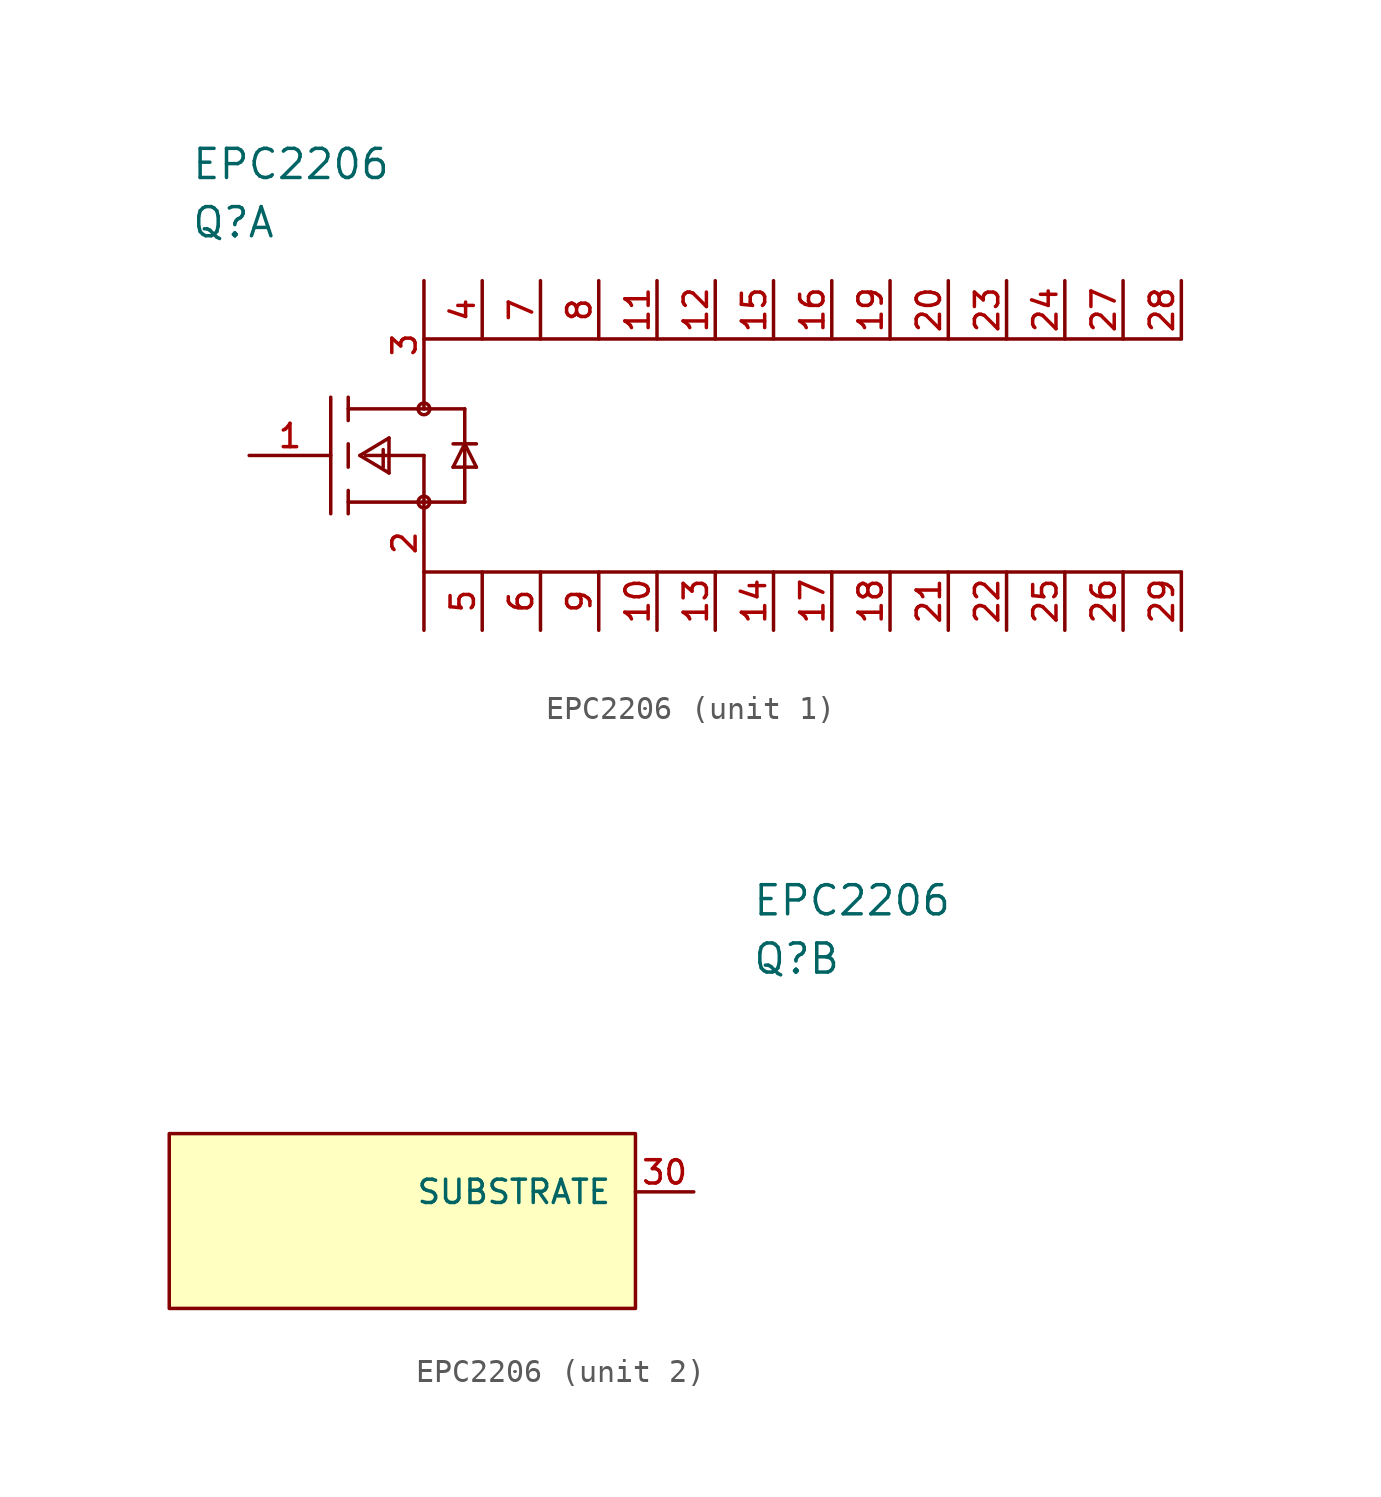
<source format=kicad_sym>
(kicad_symbol_lib
  (version 20211014)
  (generator kicad_symbol_editor)
  (symbol "EPC2206"
    (pin_names
      (offset 1.016))
    (property "Reference" "Q"
      (at 0 10.16 0)
      (effects (font (size 1.27 1.27)) (justify left)))
    (property "Value" "EPC2206"
      (at 0 12.7 0)
      (effects (font (size 1.27 1.27)) (justify left)))
    (property "ki_locked" ""
      (at 0 0 0)
      (effects (font (size 1.27 1.27))))
    (symbol "EPC2206_1_1"
      (polyline (pts (xy 6.096 -2.54) (xy 6.096 2.54)) (stroke (width 0) (type default) (color 0 0 0 0)) (fill (type none)))
      (polyline (pts (xy 6.858 -2.032) (xy 10.16 -2.032)) (stroke (width 0) (type default) (color 0 0 0 0)) (fill (type none)))
      (polyline (pts (xy 6.858 -1.524) (xy 6.858 -2.54)) (stroke (width 0) (type default) (color 0 0 0 0)) (fill (type none)))
      (polyline (pts (xy 6.858 0.508) (xy 6.858 -0.508)) (stroke (width 0) (type default) (color 0 0 0 0)) (fill (type none)))
      (polyline (pts (xy 6.858 1.524) (xy 6.858 2.54)) (stroke (width 0) (type default) (color 0 0 0 0)) (fill (type none)))
      (polyline (pts (xy 6.858 2.032) (xy 10.16 2.032)) (stroke (width 0) (type default) (color 0 0 0 0)) (fill (type none)))
      (polyline (pts (xy 7.366 0) (xy 8.636 -0.762)) (stroke (width 0) (type default) (color 0 0 0 0)) (fill (type none)))
      (polyline (pts (xy 7.366 0) (xy 8.636 0.762)) (stroke (width 0) (type default) (color 0 0 0 0)) (fill (type none)))
      (polyline (pts (xy 7.62 0) (xy 10.16 0)) (stroke (width 0) (type default) (color 0 0 0 0)) (fill (type none)))
      (polyline (pts (xy 8.382 0.254) (xy 8.382 -0.508)) (stroke (width 0) (type default) (color 0 0 0 0)) (fill (type none)))
      (polyline (pts (xy 8.636 0.762) (xy 8.636 -0.762)) (stroke (width 0) (type default) (color 0 0 0 0)) (fill (type none)))
      (polyline (pts (xy 10.16 -5.08) (xy 43.18 -5.08)) (stroke (width 0) (type default) (color 0 0 0 0)) (fill (type none)))
      (polyline (pts (xy 10.16 -2.032) (xy 11.938 -2.032)) (stroke (width 0) (type default) (color 0 0 0 0)) (fill (type none)))
      (polyline (pts (xy 10.16 5.08) (xy 43.18 5.08)) (stroke (width 0) (type default) (color 0 0 0 0)) (fill (type none)))
      (polyline (pts (xy 11.43 -0.508) (xy 12.446 -0.508)) (stroke (width 0) (type default) (color 0 0 0 0)) (fill (type none)))
      (polyline (pts (xy 11.938 -2.032) (xy 11.938 2.032)) (stroke (width 0) (type default) (color 0 0 0 0)) (fill (type none)))
      (polyline (pts (xy 11.938 0.508) (xy 11.43 -0.508)) (stroke (width 0) (type default) (color 0 0 0 0)) (fill (type none)))
      (polyline (pts (xy 11.938 0.508) (xy 11.43 0.508)) (stroke (width 0) (type default) (color 0 0 0 0)) (fill (type none)))
      (polyline (pts (xy 11.938 0.508) (xy 12.446 0.508)) (stroke (width 0) (type default) (color 0 0 0 0)) (fill (type none)))
      (polyline (pts (xy 11.938 2.032) (xy 10.16 2.032)) (stroke (width 0) (type default) (color 0 0 0 0)) (fill (type none)))
      (polyline (pts (xy 12.446 -0.508) (xy 11.938 0.508)) (stroke (width 0) (type default) (color 0 0 0 0)) (fill (type none)))
      (circle (center 10.16 -2.032) (radius 0.254) (stroke (width 0) (type default) (color 0 0 0 0)) (fill (type none)))
      (circle (center 10.16 2.032) (radius 0.254) (stroke (width 0) (type default) (color 0 0 0 0)) (fill (type none)))
      (pin passive line (at 2.54 0 0) (length 3.556) (name "GATE" (effects (font (size 0 0)))) (number "1" (effects (font (size 1.016 1.016)))))
      (pin passive line (at 20.32 -7.62 90) (length 2.54) (name "SOURCE" (effects (font (size 0 0)))) (number "10" (effects (font (size 1.016 1.016)))))
      (pin passive line (at 20.32 7.62 270) (length 2.54) (name "DRAIN" (effects (font (size 0 0)))) (number "11" (effects (font (size 1.016 1.016)))))
      (pin passive line (at 22.86 7.62 270) (length 2.54) (name "DRAIN" (effects (font (size 0 0)))) (number "12" (effects (font (size 1.016 1.016)))))
      (pin passive line (at 22.86 -7.62 90) (length 2.54) (name "SOURCE" (effects (font (size 0 0)))) (number "13" (effects (font (size 1.016 1.016)))))
      (pin passive line (at 25.4 -7.62 90) (length 2.54) (name "SOURCE" (effects (font (size 0 0)))) (number "14" (effects (font (size 1.016 1.016)))))
      (pin passive line (at 25.4 7.62 270) (length 2.54) (name "DRAIN" (effects (font (size 0 0)))) (number "15" (effects (font (size 1.016 1.016)))))
      (pin passive line (at 27.94 7.62 270) (length 2.54) (name "DRAIN" (effects (font (size 0 0)))) (number "16" (effects (font (size 1.016 1.016)))))
      (pin passive line (at 27.94 -7.62 90) (length 2.54) (name "SOURCE" (effects (font (size 0 0)))) (number "17" (effects (font (size 1.016 1.016)))))
      (pin passive line (at 30.48 -7.62 90) (length 2.54) (name "SOURCE" (effects (font (size 0 0)))) (number "18" (effects (font (size 1.016 1.016)))))
      (pin passive line (at 30.48 7.62 270) (length 2.54) (name "DRAIN" (effects (font (size 0 0)))) (number "19" (effects (font (size 1.016 1.016)))))
      (pin passive line (at 10.16 -7.62 90) (length 7.62) (name "SOURCE" (effects (font (size 0 0)))) (number "2" (effects (font (size 1.016 1.016)))))
      (pin passive line (at 33.02 7.62 270) (length 2.54) (name "DRAIN" (effects (font (size 0 0)))) (number "20" (effects (font (size 1.016 1.016)))))
      (pin passive line (at 33.02 -7.62 90) (length 2.54) (name "SOURCE" (effects (font (size 0 0)))) (number "21" (effects (font (size 1.016 1.016)))))
      (pin passive line (at 35.56 -7.62 90) (length 2.54) (name "SOURCE" (effects (font (size 0 0)))) (number "22" (effects (font (size 1.016 1.016)))))
      (pin passive line (at 35.56 7.62 270) (length 2.54) (name "DRAIN" (effects (font (size 0 0)))) (number "23" (effects (font (size 1.016 1.016)))))
      (pin passive line (at 38.1 7.62 270) (length 2.54) (name "DRAIN" (effects (font (size 0 0)))) (number "24" (effects (font (size 1.016 1.016)))))
      (pin passive line (at 38.1 -7.62 90) (length 2.54) (name "SOURCE" (effects (font (size 0 0)))) (number "25" (effects (font (size 1.016 1.016)))))
      (pin passive line (at 40.64 -7.62 90) (length 2.54) (name "SOURCE" (effects (font (size 0 0)))) (number "26" (effects (font (size 1.016 1.016)))))
      (pin passive line (at 40.64 7.62 270) (length 2.54) (name "DRAIN" (effects (font (size 0 0)))) (number "27" (effects (font (size 1.016 1.016)))))
      (pin passive line (at 43.18 7.62 270) (length 2.54) (name "DRAIN" (effects (font (size 0 0)))) (number "28" (effects (font (size 1.016 1.016)))))
      (pin passive line (at 43.18 -7.62 90) (length 2.54) (name "SOURCE" (effects (font (size 0 0)))) (number "29" (effects (font (size 1.016 1.016)))))
      (pin passive line (at 10.16 7.62 270) (length 5.588) (name "DRAIN" (effects (font (size 0 0)))) (number "3" (effects (font (size 1.016 1.016)))))
      (pin passive line (at 12.7 7.62 270) (length 2.54) (name "DRAIN" (effects (font (size 0 0)))) (number "4" (effects (font (size 1.016 1.016)))))
      (pin passive line (at 12.7 -7.62 90) (length 2.54) (name "SOURCE" (effects (font (size 0 0)))) (number "5" (effects (font (size 1.016 1.016)))))
      (pin passive line (at 15.24 -7.62 90) (length 2.54) (name "SOURCE" (effects (font (size 0 0)))) (number "6" (effects (font (size 1.016 1.016)))))
      (pin passive line (at 15.24 7.62 270) (length 2.54) (name "DRAIN" (effects (font (size 0 0)))) (number "7" (effects (font (size 1.016 1.016)))))
      (pin passive line (at 17.78 7.62 270) (length 2.54) (name "DRAIN" (effects (font (size 0 0)))) (number "8" (effects (font (size 1.016 1.016)))))
      (pin passive line (at 17.78 -7.62 90) (length 2.54) (name "SOURCE" (effects (font (size 0 0)))) (number "9" (effects (font (size 1.016 1.016))))))
    (symbol "EPC2206_2_1"
      (rectangle (start -25.4 2.54) (end -5.08 -5.08) (stroke (width 0) (type default) (color 0 0 0 0)) (fill (type background)))
      (pin passive line (at -2.54 0 180) (length 2.54) (name "SUBSTRATE" (effects (font (size 1.016 1.016)))) (number "30" (effects (font (size 1.016 1.016))))))))
</source>
